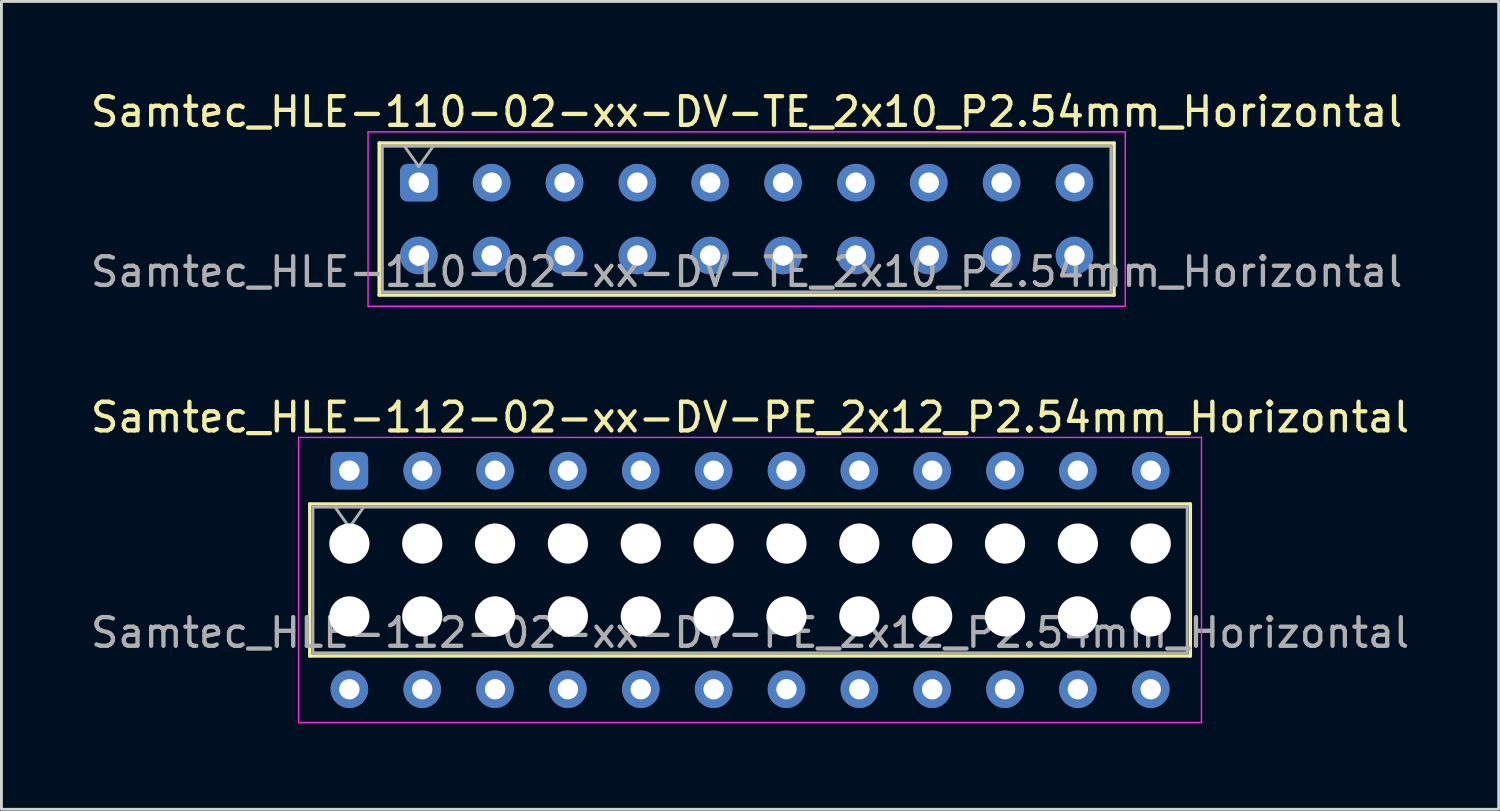
<source format=kicad_pcb>
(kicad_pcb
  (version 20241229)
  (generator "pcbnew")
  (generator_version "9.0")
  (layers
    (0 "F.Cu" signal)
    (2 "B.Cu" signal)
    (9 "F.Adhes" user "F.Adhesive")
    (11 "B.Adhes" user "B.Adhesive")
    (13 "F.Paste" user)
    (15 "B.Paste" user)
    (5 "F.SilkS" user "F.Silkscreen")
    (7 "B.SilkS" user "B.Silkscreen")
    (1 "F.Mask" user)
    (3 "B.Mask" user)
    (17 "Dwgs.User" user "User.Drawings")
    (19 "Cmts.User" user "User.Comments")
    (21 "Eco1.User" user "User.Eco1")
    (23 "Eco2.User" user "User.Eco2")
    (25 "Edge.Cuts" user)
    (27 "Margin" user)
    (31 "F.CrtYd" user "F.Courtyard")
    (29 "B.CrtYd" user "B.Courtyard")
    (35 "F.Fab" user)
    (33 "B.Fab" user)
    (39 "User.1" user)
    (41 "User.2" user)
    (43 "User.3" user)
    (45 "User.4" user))
  (footprint "Samtec_HLE-110-02-xx-DV-TE_2x10_P2.54mm_Horizontal"
    (layer "F.Cu")
    (at 11.552 3.318)
    (property "Reference" "Samtec_HLE-110-02-xx-DV-TE_2x10_P2.54mm_Horizontal" (at 11.43 -2.47 0) (layer "F.SilkS") (effects (font (size 1 1) (thickness 0.15))))
    (attr through_hole)
    (fp_line (start -1.38 -1.38) (end 24.24 -1.38) (stroke (width 0.12) (type solid)) (layer "F.SilkS"))
    (fp_line (start -1.38 3.92) (end -1.38 -1.38) (stroke (width 0.12) (type solid)) (layer "F.SilkS"))
    (fp_line (start 24.24 -1.38) (end 24.24 3.92) (stroke (width 0.12) (type solid)) (layer "F.SilkS"))
    (fp_line (start 24.24 3.92) (end -1.38 3.92) (stroke (width 0.12) (type solid)) (layer "F.SilkS"))
    (fp_line (start -1.77 -1.77) (end 24.63 -1.77) (stroke (width 0.05) (type solid)) (layer "F.CrtYd"))
    (fp_line (start -1.77 4.31) (end -1.77 -1.77) (stroke (width 0.05) (type solid)) (layer "F.CrtYd"))
    (fp_line (start 24.63 -1.77) (end 24.63 4.31) (stroke (width 0.05) (type solid)) (layer "F.CrtYd"))
    (fp_line (start 24.63 4.31) (end -1.77 4.31) (stroke (width 0.05) (type solid)) (layer "F.CrtYd"))
    (fp_line (start -1.27 -1.27) (end 24.13 -1.27) (stroke (width 0.1) (type solid)) (layer "F.Fab"))
    (fp_line (start -1.27 3.81) (end -1.27 -1.27) (stroke (width 0.1) (type solid)) (layer "F.Fab"))
    (fp_line (start -0.5 -1.27) (end 0 -0.563) (stroke (width 0.1) (type solid)) (layer "F.Fab"))
    (fp_line (start 0 -0.563) (end 0.5 -1.27) (stroke (width 0.1) (type solid)) (layer "F.Fab"))
    (fp_line (start 24.13 -1.27) (end 24.13 3.81) (stroke (width 0.1) (type solid)) (layer "F.Fab"))
    (fp_line (start 24.13 3.81) (end -1.27 3.81) (stroke (width 0.1) (type solid)) (layer "F.Fab"))
    (fp_text user "${REFERENCE}" (at 11.43 3.11 0) (layer "F.Fab") (effects (font (size 1 1) (thickness 0.15))))
    (pad "1" thru_hole roundrect (at 0 0) (size 1.31 1.31) (drill 0.71) (layers "*.Cu" "*.Mask") (roundrect_rratio 0.191))
    (pad "2" thru_hole circle (at 0 2.54) (size 1.31 1.31) (drill 0.71) (layers "*.Cu" "*.Mask"))
    (pad "3" thru_hole circle (at 2.54 0) (size 1.31 1.31) (drill 0.71) (layers "*.Cu" "*.Mask"))
    (pad "4" thru_hole circle (at 2.54 2.54) (size 1.31 1.31) (drill 0.71) (layers "*.Cu" "*.Mask"))
    (pad "5" thru_hole circle (at 5.08 0) (size 1.31 1.31) (drill 0.71) (layers "*.Cu" "*.Mask"))
    (pad "6" thru_hole circle (at 5.08 2.54) (size 1.31 1.31) (drill 0.71) (layers "*.Cu" "*.Mask"))
    (pad "7" thru_hole circle (at 7.62 0) (size 1.31 1.31) (drill 0.71) (layers "*.Cu" "*.Mask"))
    (pad "8" thru_hole circle (at 7.62 2.54) (size 1.31 1.31) (drill 0.71) (layers "*.Cu" "*.Mask"))
    (pad "9" thru_hole circle (at 10.16 0) (size 1.31 1.31) (drill 0.71) (layers "*.Cu" "*.Mask"))
    (pad "10" thru_hole circle (at 10.16 2.54) (size 1.31 1.31) (drill 0.71) (layers "*.Cu" "*.Mask"))
    (pad "11" thru_hole circle (at 12.7 0) (size 1.31 1.31) (drill 0.71) (layers "*.Cu" "*.Mask"))
    (pad "12" thru_hole circle (at 12.7 2.54) (size 1.31 1.31) (drill 0.71) (layers "*.Cu" "*.Mask"))
    (pad "13" thru_hole circle (at 15.24 0) (size 1.31 1.31) (drill 0.71) (layers "*.Cu" "*.Mask"))
    (pad "14" thru_hole circle (at 15.24 2.54) (size 1.31 1.31) (drill 0.71) (layers "*.Cu" "*.Mask"))
    (pad "15" thru_hole circle (at 17.78 0) (size 1.31 1.31) (drill 0.71) (layers "*.Cu" "*.Mask"))
    (pad "16" thru_hole circle (at 17.78 2.54) (size 1.31 1.31) (drill 0.71) (layers "*.Cu" "*.Mask"))
    (pad "17" thru_hole circle (at 20.32 0) (size 1.31 1.31) (drill 0.71) (layers "*.Cu" "*.Mask"))
    (pad "18" thru_hole circle (at 20.32 2.54) (size 1.31 1.31) (drill 0.71) (layers "*.Cu" "*.Mask"))
    (pad "19" thru_hole circle (at 22.86 0) (size 1.31 1.31) (drill 0.71) (layers "*.Cu" "*.Mask"))
    (pad "20" thru_hole circle (at 22.86 2.54) (size 1.31 1.31) (drill 0.71) (layers "*.Cu" "*.Mask")))
  (footprint "Samtec_HLE-112-02-xx-DV-PE_2x12_P2.54mm_Horizontal"
    (layer "F.Cu")
    (at 9.131 13.361)
    (property "Reference" "Samtec_HLE-112-02-xx-DV-PE_2x12_P2.54mm_Horizontal" (at 13.97 -1.86 0) (layer "F.SilkS") (effects (font (size 1 1) (thickness 0.15))))
    (attr through_hole)
    (fp_line (start -1.38 1.16) (end 29.32 1.16) (stroke (width 0.12) (type solid)) (layer "F.SilkS"))
    (fp_line (start -1.38 6.46) (end -1.38 1.16) (stroke (width 0.12) (type solid)) (layer "F.SilkS"))
    (fp_line (start 29.32 1.16) (end 29.32 6.46) (stroke (width 0.12) (type solid)) (layer "F.SilkS"))
    (fp_line (start 29.32 6.46) (end -1.38 6.46) (stroke (width 0.12) (type solid)) (layer "F.SilkS"))
    (fp_line (start -1.77 -1.16) (end 29.71 -1.16) (stroke (width 0.05) (type solid)) (layer "F.CrtYd"))
    (fp_line (start -1.77 8.78) (end -1.77 -1.16) (stroke (width 0.05) (type solid)) (layer "F.CrtYd"))
    (fp_line (start 29.71 -1.16) (end 29.71 8.78) (stroke (width 0.05) (type solid)) (layer "F.CrtYd"))
    (fp_line (start 29.71 8.78) (end -1.77 8.78) (stroke (width 0.05) (type solid)) (layer "F.CrtYd"))
    (fp_line (start -1.27 1.27) (end 29.21 1.27) (stroke (width 0.1) (type solid)) (layer "F.Fab"))
    (fp_line (start -1.27 6.35) (end -1.27 1.27) (stroke (width 0.1) (type solid)) (layer "F.Fab"))
    (fp_line (start -0.5 1.27) (end 0 1.977) (stroke (width 0.1) (type solid)) (layer "F.Fab"))
    (fp_line (start 0 1.977) (end 0.5 1.27) (stroke (width 0.1) (type solid)) (layer "F.Fab"))
    (fp_line (start 29.21 1.27) (end 29.21 6.35) (stroke (width 0.1) (type solid)) (layer "F.Fab"))
    (fp_line (start 29.21 6.35) (end -1.27 6.35) (stroke (width 0.1) (type solid)) (layer "F.Fab"))
    (fp_text user "${REFERENCE}" (at 13.97 5.65 0) (layer "F.Fab") (effects (font (size 1 1) (thickness 0.15))))
    (pad "" np_thru_hole circle (at 0 2.54) (size 1.4 1.4) (drill 1.4) (layers "*.Cu" "*.Mask"))
    (pad "" np_thru_hole circle (at 0 5.08) (size 1.4 1.4) (drill 1.4) (layers "*.Cu" "*.Mask"))
    (pad "" np_thru_hole circle (at 2.54 2.54) (size 1.4 1.4) (drill 1.4) (layers "*.Cu" "*.Mask"))
    (pad "" np_thru_hole circle (at 2.54 5.08) (size 1.4 1.4) (drill 1.4) (layers "*.Cu" "*.Mask"))
    (pad "" np_thru_hole circle (at 5.08 2.54) (size 1.4 1.4) (drill 1.4) (layers "*.Cu" "*.Mask"))
    (pad "" np_thru_hole circle (at 5.08 5.08) (size 1.4 1.4) (drill 1.4) (layers "*.Cu" "*.Mask"))
    (pad "" np_thru_hole circle (at 7.62 2.54) (size 1.4 1.4) (drill 1.4) (layers "*.Cu" "*.Mask"))
    (pad "" np_thru_hole circle (at 7.62 5.08) (size 1.4 1.4) (drill 1.4) (layers "*.Cu" "*.Mask"))
    (pad "" np_thru_hole circle (at 10.16 2.54) (size 1.4 1.4) (drill 1.4) (layers "*.Cu" "*.Mask"))
    (pad "" np_thru_hole circle (at 10.16 5.08) (size 1.4 1.4) (drill 1.4) (layers "*.Cu" "*.Mask"))
    (pad "" np_thru_hole circle (at 12.7 2.54) (size 1.4 1.4) (drill 1.4) (layers "*.Cu" "*.Mask"))
    (pad "" np_thru_hole circle (at 12.7 5.08) (size 1.4 1.4) (drill 1.4) (layers "*.Cu" "*.Mask"))
    (pad "" np_thru_hole circle (at 15.24 2.54) (size 1.4 1.4) (drill 1.4) (layers "*.Cu" "*.Mask"))
    (pad "" np_thru_hole circle (at 15.24 5.08) (size 1.4 1.4) (drill 1.4) (layers "*.Cu" "*.Mask"))
    (pad "" np_thru_hole circle (at 17.78 2.54) (size 1.4 1.4) (drill 1.4) (layers "*.Cu" "*.Mask"))
    (pad "" np_thru_hole circle (at 17.78 5.08) (size 1.4 1.4) (drill 1.4) (layers "*.Cu" "*.Mask"))
    (pad "" np_thru_hole circle (at 20.32 2.54) (size 1.4 1.4) (drill 1.4) (layers "*.Cu" "*.Mask"))
    (pad "" np_thru_hole circle (at 20.32 5.08) (size 1.4 1.4) (drill 1.4) (layers "*.Cu" "*.Mask"))
    (pad "" np_thru_hole circle (at 22.86 2.54) (size 1.4 1.4) (drill 1.4) (layers "*.Cu" "*.Mask"))
    (pad "" np_thru_hole circle (at 22.86 5.08) (size 1.4 1.4) (drill 1.4) (layers "*.Cu" "*.Mask"))
    (pad "" np_thru_hole circle (at 25.4 2.54) (size 1.4 1.4) (drill 1.4) (layers "*.Cu" "*.Mask"))
    (pad "" np_thru_hole circle (at 25.4 5.08) (size 1.4 1.4) (drill 1.4) (layers "*.Cu" "*.Mask"))
    (pad "" np_thru_hole circle (at 27.94 2.54) (size 1.4 1.4) (drill 1.4) (layers "*.Cu" "*.Mask"))
    (pad "" np_thru_hole circle (at 27.94 5.08) (size 1.4 1.4) (drill 1.4) (layers "*.Cu" "*.Mask"))
    (pad "1" thru_hole roundrect (at 0 0) (size 1.31 1.31) (drill 0.71) (layers "*.Cu" "*.Mask") (roundrect_rratio 0.191))
    (pad "2" thru_hole circle (at 0 7.62) (size 1.31 1.31) (drill 0.71) (layers "*.Cu" "*.Mask"))
    (pad "3" thru_hole circle (at 2.54 0) (size 1.31 1.31) (drill 0.71) (layers "*.Cu" "*.Mask"))
    (pad "4" thru_hole circle (at 2.54 7.62) (size 1.31 1.31) (drill 0.71) (layers "*.Cu" "*.Mask"))
    (pad "5" thru_hole circle (at 5.08 0) (size 1.31 1.31) (drill 0.71) (layers "*.Cu" "*.Mask"))
    (pad "6" thru_hole circle (at 5.08 7.62) (size 1.31 1.31) (drill 0.71) (layers "*.Cu" "*.Mask"))
    (pad "7" thru_hole circle (at 7.62 0) (size 1.31 1.31) (drill 0.71) (layers "*.Cu" "*.Mask"))
    (pad "8" thru_hole circle (at 7.62 7.62) (size 1.31 1.31) (drill 0.71) (layers "*.Cu" "*.Mask"))
    (pad "9" thru_hole circle (at 10.16 0) (size 1.31 1.31) (drill 0.71) (layers "*.Cu" "*.Mask"))
    (pad "10" thru_hole circle (at 10.16 7.62) (size 1.31 1.31) (drill 0.71) (layers "*.Cu" "*.Mask"))
    (pad "11" thru_hole circle (at 12.7 0) (size 1.31 1.31) (drill 0.71) (layers "*.Cu" "*.Mask"))
    (pad "12" thru_hole circle (at 12.7 7.62) (size 1.31 1.31) (drill 0.71) (layers "*.Cu" "*.Mask"))
    (pad "13" thru_hole circle (at 15.24 0) (size 1.31 1.31) (drill 0.71) (layers "*.Cu" "*.Mask"))
    (pad "14" thru_hole circle (at 15.24 7.62) (size 1.31 1.31) (drill 0.71) (layers "*.Cu" "*.Mask"))
    (pad "15" thru_hole circle (at 17.78 0) (size 1.31 1.31) (drill 0.71) (layers "*.Cu" "*.Mask"))
    (pad "16" thru_hole circle (at 17.78 7.62) (size 1.31 1.31) (drill 0.71) (layers "*.Cu" "*.Mask"))
    (pad "17" thru_hole circle (at 20.32 0) (size 1.31 1.31) (drill 0.71) (layers "*.Cu" "*.Mask"))
    (pad "18" thru_hole circle (at 20.32 7.62) (size 1.31 1.31) (drill 0.71) (layers "*.Cu" "*.Mask"))
    (pad "19" thru_hole circle (at 22.86 0) (size 1.31 1.31) (drill 0.71) (layers "*.Cu" "*.Mask"))
    (pad "20" thru_hole circle (at 22.86 7.62) (size 1.31 1.31) (drill 0.71) (layers "*.Cu" "*.Mask"))
    (pad "21" thru_hole circle (at 25.4 0) (size 1.31 1.31) (drill 0.71) (layers "*.Cu" "*.Mask"))
    (pad "22" thru_hole circle (at 25.4 7.62) (size 1.31 1.31) (drill 0.71) (layers "*.Cu" "*.Mask"))
    (pad "23" thru_hole circle (at 27.94 0) (size 1.31 1.31) (drill 0.71) (layers "*.Cu" "*.Mask"))
    (pad "24" thru_hole circle (at 27.94 7.62) (size 1.31 1.31) (drill 0.71) (layers "*.Cu" "*.Mask")))
  (gr_rect
    (start -3 -3)
    (end 49.202 25.166)
    (stroke (width 0.1) (type default))
    (fill no)
    (layer "Edge.Cuts")))
</source>
